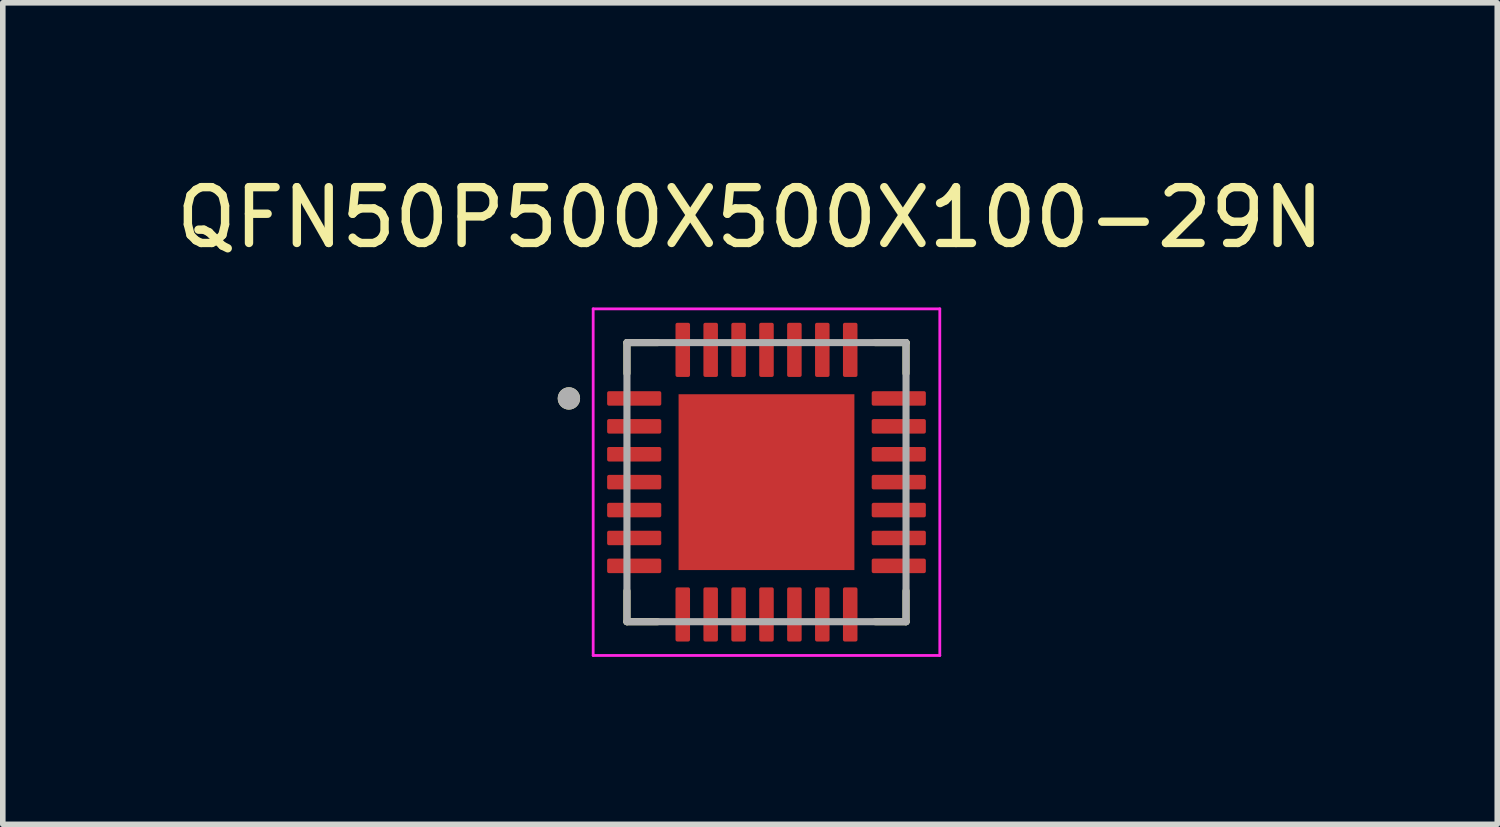
<source format=kicad_pcb>
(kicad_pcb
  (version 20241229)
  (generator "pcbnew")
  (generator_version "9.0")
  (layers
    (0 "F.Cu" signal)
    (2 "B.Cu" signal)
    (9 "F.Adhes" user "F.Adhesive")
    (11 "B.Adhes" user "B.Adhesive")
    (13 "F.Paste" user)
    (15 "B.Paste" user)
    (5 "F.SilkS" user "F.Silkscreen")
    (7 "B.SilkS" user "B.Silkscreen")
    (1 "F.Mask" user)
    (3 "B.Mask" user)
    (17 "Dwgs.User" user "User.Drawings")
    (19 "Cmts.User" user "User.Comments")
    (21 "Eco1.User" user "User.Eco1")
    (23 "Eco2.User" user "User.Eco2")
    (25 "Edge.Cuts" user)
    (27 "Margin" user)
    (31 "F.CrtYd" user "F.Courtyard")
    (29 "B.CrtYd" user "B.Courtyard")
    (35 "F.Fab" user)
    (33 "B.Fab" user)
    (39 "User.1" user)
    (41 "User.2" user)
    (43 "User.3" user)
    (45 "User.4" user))
  (footprint "QFN50P500X500X100-29N"
    (layer "F.Cu")
    (at 10.682 5.588)
    (property "Reference" "QFN50P500X500X100-29N" (at -0.295 -4.74 0) (layer "F.SilkS") (effects (font (size 1 1) (thickness 0.15))))
    (attr smd)
    (fp_line (start -2.5 -2.5) (end -2.5 -1.95) (stroke (width 0.127) (type solid)) (layer "F.SilkS"))
    (fp_line (start -2.5 -2.5) (end -1.95 -2.5) (stroke (width 0.127) (type solid)) (layer "F.SilkS"))
    (fp_line (start -2.5 2.5) (end -2.5 1.95) (stroke (width 0.127) (type solid)) (layer "F.SilkS"))
    (fp_line (start -2.5 2.5) (end -1.95 2.5) (stroke (width 0.127) (type solid)) (layer "F.SilkS"))
    (fp_line (start 2.5 -2.5) (end 1.95 -2.5) (stroke (width 0.127) (type solid)) (layer "F.SilkS"))
    (fp_line (start 2.5 -2.5) (end 2.5 -1.95) (stroke (width 0.127) (type solid)) (layer "F.SilkS"))
    (fp_line (start 2.5 2.5) (end 1.95 2.5) (stroke (width 0.127) (type solid)) (layer "F.SilkS"))
    (fp_line (start 2.5 2.5) (end 2.5 1.95) (stroke (width 0.127) (type solid)) (layer "F.SilkS"))
    (fp_circle (center -3.54 -1.5) (end -3.44 -1.5) (stroke (width 0.2) (type solid)) (fill no) (layer "F.SilkS"))
    (fp_poly (pts (xy -1 -1) (xy 1 -1) (xy 1 1) (xy -1 1)) (stroke (width 0.01) (type solid)) (fill yes) (layer "F.Paste"))
    (fp_line (start -3.105 -3.105) (end 3.105 -3.105) (stroke (width 0.05) (type solid)) (layer "F.CrtYd"))
    (fp_line (start -3.105 3.105) (end -3.105 -3.105) (stroke (width 0.05) (type solid)) (layer "F.CrtYd"))
    (fp_line (start -3.105 3.105) (end 3.105 3.105) (stroke (width 0.05) (type solid)) (layer "F.CrtYd"))
    (fp_line (start 3.105 3.105) (end 3.105 -3.105) (stroke (width 0.05) (type solid)) (layer "F.CrtYd"))
    (fp_line (start -2.5 2.5) (end -2.5 -2.5) (stroke (width 0.127) (type solid)) (layer "F.Fab"))
    (fp_line (start 2.5 -2.5) (end -2.5 -2.5) (stroke (width 0.127) (type solid)) (layer "F.Fab"))
    (fp_line (start 2.5 2.5) (end -2.5 2.5) (stroke (width 0.127) (type solid)) (layer "F.Fab"))
    (fp_line (start 2.5 2.5) (end 2.5 -2.5) (stroke (width 0.127) (type solid)) (layer "F.Fab"))
    (fp_circle (center -3.54 -1.5) (end -3.44 -1.5) (stroke (width 0.2) (type solid)) (fill no) (layer "F.Fab"))
    (pad "1" smd roundrect (at -2.37 -1.5) (size 0.97 0.26) (layers "F.Cu" "F.Mask" "F.Paste") (roundrect_rratio 0.125))
    (pad "2" smd roundrect (at -2.37 -1) (size 0.97 0.26) (layers "F.Cu" "F.Mask" "F.Paste") (roundrect_rratio 0.125))
    (pad "3" smd roundrect (at -2.37 -0.5) (size 0.97 0.26) (layers "F.Cu" "F.Mask" "F.Paste") (roundrect_rratio 0.125))
    (pad "4" smd roundrect (at -2.37 0) (size 0.97 0.26) (layers "F.Cu" "F.Mask" "F.Paste") (roundrect_rratio 0.125))
    (pad "5" smd roundrect (at -2.37 0.5) (size 0.97 0.26) (layers "F.Cu" "F.Mask" "F.Paste") (roundrect_rratio 0.125))
    (pad "6" smd roundrect (at -2.37 1) (size 0.97 0.26) (layers "F.Cu" "F.Mask" "F.Paste") (roundrect_rratio 0.125))
    (pad "7" smd roundrect (at -2.37 1.5) (size 0.97 0.26) (layers "F.Cu" "F.Mask" "F.Paste") (roundrect_rratio 0.125))
    (pad "8" smd roundrect (at -1.5 2.37) (size 0.26 0.97) (layers "F.Cu" "F.Mask" "F.Paste") (roundrect_rratio 0.125))
    (pad "9" smd roundrect (at -1 2.37) (size 0.26 0.97) (layers "F.Cu" "F.Mask" "F.Paste") (roundrect_rratio 0.125))
    (pad "10" smd roundrect (at -0.5 2.37) (size 0.26 0.97) (layers "F.Cu" "F.Mask" "F.Paste") (roundrect_rratio 0.125))
    (pad "11" smd roundrect (at 0 2.37) (size 0.26 0.97) (layers "F.Cu" "F.Mask" "F.Paste") (roundrect_rratio 0.125))
    (pad "12" smd roundrect (at 0.5 2.37) (size 0.26 0.97) (layers "F.Cu" "F.Mask" "F.Paste") (roundrect_rratio 0.125))
    (pad "13" smd roundrect (at 1 2.37) (size 0.26 0.97) (layers "F.Cu" "F.Mask" "F.Paste") (roundrect_rratio 0.125))
    (pad "14" smd roundrect (at 1.5 2.37) (size 0.26 0.97) (layers "F.Cu" "F.Mask" "F.Paste") (roundrect_rratio 0.125))
    (pad "15" smd roundrect (at 2.37 1.5) (size 0.97 0.26) (layers "F.Cu" "F.Mask" "F.Paste") (roundrect_rratio 0.125))
    (pad "16" smd roundrect (at 2.37 1) (size 0.97 0.26) (layers "F.Cu" "F.Mask" "F.Paste") (roundrect_rratio 0.125))
    (pad "17" smd roundrect (at 2.37 0.5) (size 0.97 0.26) (layers "F.Cu" "F.Mask" "F.Paste") (roundrect_rratio 0.125))
    (pad "18" smd roundrect (at 2.37 0) (size 0.97 0.26) (layers "F.Cu" "F.Mask" "F.Paste") (roundrect_rratio 0.125))
    (pad "19" smd roundrect (at 2.37 -0.5) (size 0.97 0.26) (layers "F.Cu" "F.Mask" "F.Paste") (roundrect_rratio 0.125))
    (pad "20" smd roundrect (at 2.37 -1) (size 0.97 0.26) (layers "F.Cu" "F.Mask" "F.Paste") (roundrect_rratio 0.125))
    (pad "21" smd roundrect (at 2.37 -1.5) (size 0.97 0.26) (layers "F.Cu" "F.Mask" "F.Paste") (roundrect_rratio 0.125))
    (pad "22" smd roundrect (at 1.5 -2.37) (size 0.26 0.97) (layers "F.Cu" "F.Mask" "F.Paste") (roundrect_rratio 0.125))
    (pad "23" smd roundrect (at 1 -2.37) (size 0.26 0.97) (layers "F.Cu" "F.Mask" "F.Paste") (roundrect_rratio 0.125))
    (pad "24" smd roundrect (at 0.5 -2.37) (size 0.26 0.97) (layers "F.Cu" "F.Mask" "F.Paste") (roundrect_rratio 0.125))
    (pad "25" smd roundrect (at 0 -2.37) (size 0.26 0.97) (layers "F.Cu" "F.Mask" "F.Paste") (roundrect_rratio 0.125))
    (pad "26" smd roundrect (at -0.5 -2.37) (size 0.26 0.97) (layers "F.Cu" "F.Mask" "F.Paste") (roundrect_rratio 0.125))
    (pad "27" smd roundrect (at -1 -2.37) (size 0.26 0.97) (layers "F.Cu" "F.Mask" "F.Paste") (roundrect_rratio 0.125))
    (pad "28" smd roundrect (at -1.5 -2.37) (size 0.26 0.97) (layers "F.Cu" "F.Mask" "F.Paste") (roundrect_rratio 0.125))
    (pad "29" smd rect (at 0 0) (size 3.15 3.15) (layers "F.Cu" "F.Mask")))
  (gr_rect
    (start -3 -3)
    (end 23.774 11.718)
    (stroke (width 0.1) (type default))
    (fill no)
    (layer "Edge.Cuts")))
</source>
